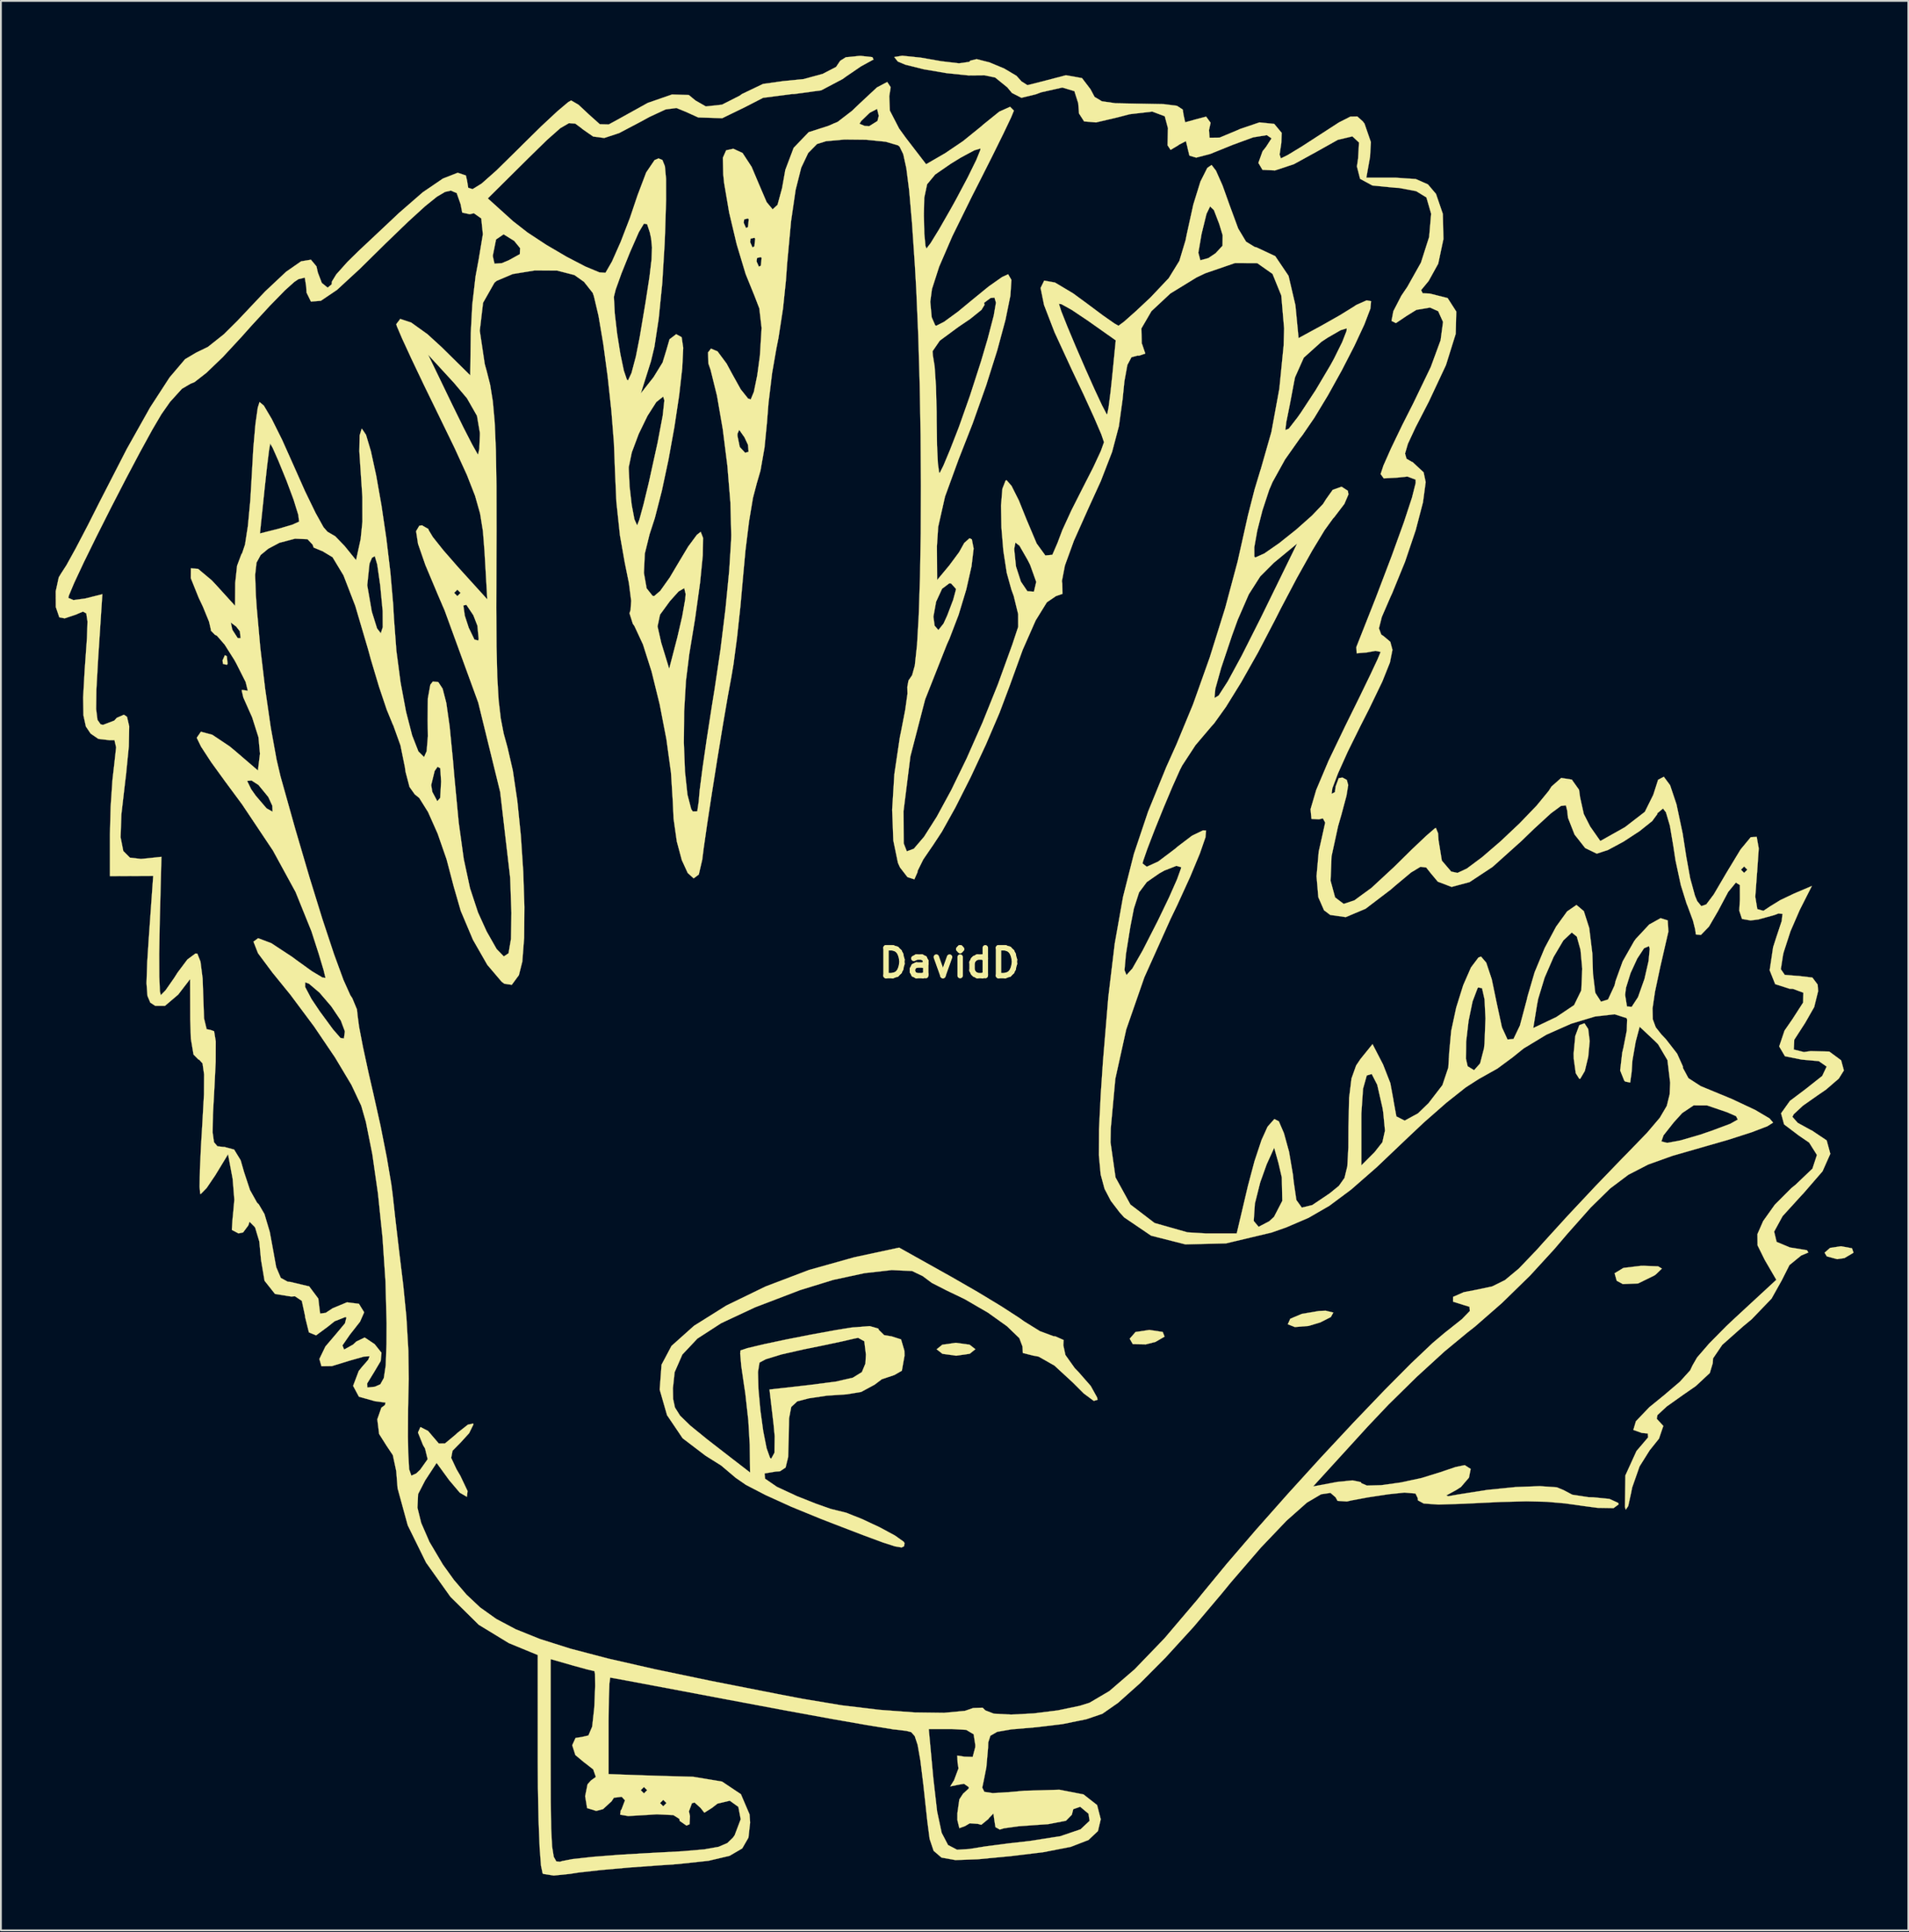
<source format=kicad_pcb>
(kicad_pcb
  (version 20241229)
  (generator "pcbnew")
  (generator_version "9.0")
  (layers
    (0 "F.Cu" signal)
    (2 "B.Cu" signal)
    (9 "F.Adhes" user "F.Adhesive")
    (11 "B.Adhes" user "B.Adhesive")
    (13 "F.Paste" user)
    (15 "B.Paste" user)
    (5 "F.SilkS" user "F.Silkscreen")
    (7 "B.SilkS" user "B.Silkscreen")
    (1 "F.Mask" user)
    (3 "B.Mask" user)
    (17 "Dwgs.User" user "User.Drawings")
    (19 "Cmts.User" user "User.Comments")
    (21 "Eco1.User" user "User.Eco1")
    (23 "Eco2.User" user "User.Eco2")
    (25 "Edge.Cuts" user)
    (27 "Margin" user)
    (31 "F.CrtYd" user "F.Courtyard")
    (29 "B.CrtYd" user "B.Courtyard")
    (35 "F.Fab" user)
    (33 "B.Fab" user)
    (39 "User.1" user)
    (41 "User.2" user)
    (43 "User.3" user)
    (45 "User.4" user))
  (footprint "DavidD"
    (layer "F.Cu")
    (at 49.016 49.728)
    (property "Reference" "DavidD" (at 0 0 0) (layer "F.SilkS") (effects (font (size 1.524 1.524) (thickness 0.3))))
    (attr through_hole)
    (fp_poly (pts (xy -39.629 -16.816) (xy -39.586 -16.397) (xy -39.629 -16.345) (xy -39.838 -16.394) (xy -39.864 -16.581) (xy -39.735 -16.871) (xy -39.629 -16.816)) (stroke (width 0.01) (type solid)) (fill yes) (layer "F.SilkS"))
    (fp_poly (pts (xy 11.688 20.219) (xy 11.789 20.475) (xy 11.287 20.765) (xy 10.765 20.899) (xy 10.047 20.886) (xy 9.878 20.589) (xy 10.196 20.222) (xy 10.957 20.108) (xy 11.688 20.219)) (stroke (width 0.01) (type solid)) (fill yes) (layer "F.SilkS"))
    (fp_poly (pts (xy 49.481 15.634) (xy 49.565 15.875) (xy 49.068 16.171) (xy 48.663 16.228) (xy 48.101 16.076) (xy 47.978 15.875) (xy 48.28 15.612) (xy 48.881 15.522) (xy 49.481 15.634)) (stroke (width 0.01) (type solid)) (fill yes) (layer "F.SilkS"))
    (fp_poly (pts (xy 21.041 19.155) (xy 20.907 19.401) (xy 20.324 19.697) (xy 19.689 19.888) (xy 18.933 19.95) (xy 18.546 19.797) (xy 18.682 19.495) (xy 19.317 19.228) (xy 20.248 19.071) (xy 20.62 19.055) (xy 21.041 19.155)) (stroke (width 0.01) (type solid)) (fill yes) (layer "F.SilkS"))
    (fp_poly (pts (xy 38.033 16.592) (xy 38.851 16.622) (xy 39.058 16.746) (xy 38.748 17.046) (xy 38.65 17.121) (xy 37.753 17.561) (xy 36.919 17.595) (xy 36.581 17.413) (xy 36.465 17.003) (xy 36.949 16.709) (xy 37.929 16.592) (xy 38.033 16.592)) (stroke (width 0.01) (type solid)) (fill yes) (layer "F.SilkS"))
    (fp_poly (pts (xy 1.096 20.916) (xy 1.411 21.162) (xy 1.411 21.167) (xy 1.105 21.414) (xy 0.366 21.519) (xy 0.353 21.519) (xy -0.39 21.417) (xy -0.705 21.171) (xy -0.706 21.167) (xy -0.399 20.919) (xy 0.34 20.814) (xy 0.353 20.814) (xy 1.096 20.916)) (stroke (width 0.01) (type solid)) (fill yes) (layer "F.SilkS"))
    (fp_poly (pts (xy 35.018 3.618) (xy 35.098 4.277) (xy 35.019 5.138) (xy 34.831 5.918) (xy 34.586 6.335) (xy 34.532 6.35) (xy 34.335 6.037) (xy 34.227 5.257) (xy 34.219 4.96) (xy 34.309 3.999) (xy 34.531 3.406) (xy 34.812 3.302) (xy 35.018 3.618)) (stroke (width 0.01) (type solid)) (fill yes) (layer "F.SilkS"))
    (fp_poly (pts (xy 0.116 17.208) (xy 1.537 18.025) (xy 2.849 18.819) (xy 3.839 19.46) (xy 4.09 19.64) (xy 4.961 20.179) (xy 5.703 20.453) (xy 5.804 20.461) (xy 6.252 20.66) (xy 6.238 20.95) (xy 6.352 21.481) (xy 6.868 22.206) (xy 7.082 22.427) (xy 7.74 23.178) (xy 8.094 23.817) (xy 8.114 23.937) (xy 7.907 23.997) (xy 7.36 23.591) (xy 6.757 22.989) (xy 5.749 22.061) (xy 4.881 21.569) (xy 4.603 21.519) (xy 4.019 21.372) (xy 3.999 21.014) (xy 3.826 20.558) (xy 3.149 19.906) (xy 2.104 19.16) (xy 0.826 18.419) (xy -0.176 17.937) (xy -0.977 17.528) (xy -1.45 17.174) (xy -1.457 17.165) (xy -2.054 16.879) (xy -3.169 16.827) (xy -4.658 16.995) (xy -6.38 17.366) (xy -8.192 17.924) (xy -8.197 17.926) (xy -10.67 18.871) (xy -12.522 19.738) (xy -13.826 20.582) (xy -14.653 21.459) (xy -15.075 22.424) (xy -15.169 23.3) (xy -15.157 23.894) (xy -15.058 24.358) (xy -14.776 24.806) (xy -14.215 25.352) (xy -13.282 26.11) (xy -12 27.103) (xy -10.936 27.923) (xy -10.957 26.397) (xy -11.034 25.071) (xy -11.2 23.581) (xy -11.272 23.107) (xy -11.373 22.409) (xy -10.504 22.409) (xy -10.48 23.343) (xy -10.376 24.491) (xy -10.219 25.642) (xy -10.033 26.587) (xy -9.845 27.116) (xy -9.779 27.164) (xy -9.601 26.838) (xy -9.589 25.93) (xy -9.651 25.269) (xy -9.873 23.374) (xy -7.735 23.132) (xy -6.234 22.939) (xy -5.303 22.725) (xy -4.808 22.419) (xy -4.614 21.951) (xy -4.586 21.458) (xy -4.675 20.728) (xy -5.011 20.542) (xy -5.203 20.577) (xy -5.865 20.73) (xy -6.961 20.963) (xy -8.036 21.181) (xy -9.208 21.448) (xy -10.073 21.712) (xy -10.422 21.897) (xy -10.504 22.409) (xy -11.373 22.409) (xy -11.421 22.081) (xy -11.48 21.391) (xy -11.462 21.231) (xy -11.079 21.104) (xy -10.182 20.891) (xy -8.953 20.63) (xy -7.572 20.359) (xy -6.221 20.113) (xy -5.38 19.976) (xy -4.375 19.899) (xy -3.902 20.036) (xy -3.881 20.104) (xy -3.585 20.394) (xy -3.175 20.461) (xy -2.659 20.627) (xy -2.477 21.246) (xy -2.469 21.519) (xy -2.616 22.343) (xy -3.024 22.578) (xy -3.718 22.812) (xy -4.107 23.107) (xy -4.847 23.506) (xy -5.626 23.636) (xy -6.73 23.71) (xy -7.717 23.857) (xy -8.354 24.024) (xy -8.681 24.328) (xy -8.802 24.965) (xy -8.819 25.973) (xy -8.852 27.079) (xy -8.99 27.649) (xy -9.296 27.853) (xy -9.525 27.869) (xy -10.143 27.973) (xy -10.115 28.262) (xy -9.47 28.705) (xy -8.372 29.216) (xy -7.311 29.636) (xy -6.517 29.916) (xy -6.232 29.986) (xy -5.665 30.126) (xy -4.787 30.476) (xy -3.821 30.929) (xy -2.989 31.378) (xy -2.512 31.718) (xy -2.469 31.793) (xy -2.493 31.961) (xy -2.63 32.031) (xy -2.984 31.972) (xy -3.656 31.756) (xy -4.747 31.352) (xy -6.359 30.733) (xy -7.041 30.469) (xy -8.668 29.803) (xy -10.095 29.155) (xy -11.167 28.599) (xy -11.726 28.213) (xy -12.522 27.54) (xy -13.385 26.998) (xy -14.637 26.044) (xy -15.491 24.78) (xy -15.894 23.378) (xy -15.792 22.012) (xy -15.246 20.983) (xy -14.013 19.881) (xy -12.239 18.77) (xy -10.083 17.724) (xy -7.703 16.82) (xy -5.259 16.135) (xy -4.999 16.077) (xy -2.766 15.597) (xy 0.116 17.208)) (stroke (width 0.01) (type solid)) (fill yes) (layer "F.SilkS"))
    (fp_poly (pts (xy -1.571 -49.618) (xy -0.454 -49.423) (xy 0.518 -49.308) (xy 1.079 -49.388) (xy 1.139 -49.455) (xy 1.483 -49.538) (xy 2.185 -49.36) (xy 2.996 -49.022) (xy 3.668 -48.624) (xy 3.944 -48.317) (xy 4.271 -48.11) (xy 5.057 -48.309) (xy 6.383 -48.655) (xy 7.262 -48.497) (xy 7.726 -47.89) (xy 7.952 -47.467) (xy 8.349 -47.228) (xy 9.093 -47.121) (xy 10.358 -47.096) (xy 10.449 -47.096) (xy 11.742 -47.072) (xy 12.473 -46.977) (xy 12.786 -46.773) (xy 12.829 -46.488) (xy 12.918 -46.076) (xy 13.388 -46.204) (xy 13.4 -46.211) (xy 14.068 -46.386) (xy 14.313 -46.049) (xy 14.225 -45.65) (xy 14.255 -45.229) (xy 14.808 -45.236) (xy 15.848 -45.671) (xy 15.91 -45.703) (xy 16.992 -46.07) (xy 17.802 -45.987) (xy 18.211 -45.496) (xy 18.191 -44.946) (xy 18.096 -44.308) (xy 18.167 -44.097) (xy 18.535 -44.278) (xy 19.315 -44.751) (xy 20.299 -45.388) (xy 21.346 -46.066) (xy 21.976 -46.387) (xy 22.357 -46.395) (xy 22.654 -46.13) (xy 22.751 -46.005) (xy 23.101 -44.991) (xy 23.056 -44.185) (xy 22.852 -43.039) (xy 24.471 -43.039) (xy 25.564 -42.966) (xy 26.229 -42.673) (xy 26.672 -42.15) (xy 27.047 -41.055) (xy 27.079 -39.676) (xy 26.794 -38.328) (xy 26.269 -37.38) (xy 25.854 -36.877) (xy 25.942 -36.706) (xy 26.333 -36.689) (xy 27.31 -36.442) (xy 27.783 -35.705) (xy 27.753 -34.481) (xy 27.219 -32.772) (xy 26.275 -30.76) (xy 25.552 -29.359) (xy 25.13 -28.454) (xy 24.975 -27.922) (xy 25.055 -27.636) (xy 25.336 -27.472) (xy 25.393 -27.45) (xy 25.993 -26.891) (xy 26.106 -26.357) (xy 25.958 -25.252) (xy 25.56 -23.727) (xy 24.976 -21.996) (xy 24.271 -20.269) (xy 24.167 -20.043) (xy 23.701 -18.966) (xy 23.544 -18.342) (xy 23.668 -18.005) (xy 23.824 -17.894) (xy 24.167 -17.603) (xy 24.284 -17.164) (xy 24.147 -16.473) (xy 23.728 -15.425) (xy 23 -13.917) (xy 22.536 -13.005) (xy 21.833 -11.583) (xy 21.299 -10.396) (xy 20.989 -9.579) (xy 20.949 -9.273) (xy 21.129 -9.365) (xy 21.167 -9.672) (xy 21.338 -10.131) (xy 21.546 -10.163) (xy 21.781 -10.034) (xy 21.858 -9.753) (xy 21.763 -9.166) (xy 21.483 -8.122) (xy 21.304 -7.504) (xy 20.944 -5.848) (xy 20.892 -4.507) (xy 21.139 -3.597) (xy 21.61 -3.24) (xy 22.196 -3.434) (xy 23.135 -4.12) (xy 24.343 -5.237) (xy 24.372 -5.265) (xy 25.355 -6.233) (xy 26.138 -6.973) (xy 26.598 -7.371) (xy 26.663 -7.408) (xy 26.785 -7.113) (xy 26.811 -6.732) (xy 26.993 -5.611) (xy 27.505 -5.013) (xy 27.851 -4.939) (xy 28.362 -5.177) (xy 29.2 -5.801) (xy 30.216 -6.675) (xy 31.263 -7.663) (xy 32.191 -8.628) (xy 32.853 -9.435) (xy 33.007 -9.676) (xy 33.538 -10.143) (xy 34.119 -10.052) (xy 34.516 -9.493) (xy 34.572 -9.085) (xy 34.775 -8.168) (xy 35.127 -7.479) (xy 35.682 -6.687) (xy 37.032 -7.445) (xy 38.123 -8.286) (xy 38.585 -9.217) (xy 38.851 -10.044) (xy 39.165 -10.207) (xy 39.508 -9.745) (xy 39.859 -8.696) (xy 40.197 -7.099) (xy 40.396 -5.821) (xy 40.608 -4.65) (xy 40.871 -3.69) (xy 40.994 -3.394) (xy 41.219 -3.119) (xy 41.492 -3.213) (xy 41.903 -3.761) (xy 42.543 -4.851) (xy 42.567 -4.893) (xy 42.701 -5.115) (xy 43.392 -5.115) (xy 43.568 -4.939) (xy 43.744 -5.115) (xy 43.568 -5.292) (xy 43.392 -5.115) (xy 42.701 -5.115) (xy 43.372 -6.222) (xy 43.93 -6.896) (xy 44.257 -6.915) (xy 44.369 -6.281) (xy 44.28 -4.993) (xy 44.274 -4.939) (xy 44.179 -3.631) (xy 44.29 -2.955) (xy 44.626 -2.861) (xy 44.997 -3.108) (xy 45.549 -3.447) (xy 46.306 -3.808) (xy 47.281 -4.222) (xy 46.614 -2.905) (xy 46.109 -1.741) (xy 45.736 -0.594) (xy 45.7 -0.441) (xy 45.58 0.338) (xy 45.794 0.649) (xy 46.499 0.706) (xy 46.539 0.706) (xy 47.311 0.798) (xy 47.598 1.181) (xy 47.625 1.54) (xy 47.409 2.413) (xy 46.919 3.271) (xy 46.315 4.207) (xy 46.291 4.742) (xy 46.846 4.879) (xy 47.221 4.826) (xy 48.238 4.853) (xy 48.887 5.332) (xy 49.036 5.887) (xy 48.76 6.33) (xy 48.061 6.934) (xy 47.625 7.232) (xy 46.793 7.816) (xy 46.286 8.286) (xy 46.214 8.428) (xy 46.505 8.759) (xy 47.212 9.147) (xy 47.272 9.172) (xy 48.093 9.72) (xy 48.293 10.455) (xy 47.867 11.413) (xy 46.809 12.634) (xy 46.743 12.7) (xy 45.676 13.872) (xy 45.213 14.721) (xy 45.348 15.282) (xy 46.077 15.588) (xy 46.302 15.623) (xy 47.015 15.74) (xy 47.087 15.866) (xy 46.697 16.028) (xy 46.053 16.553) (xy 45.629 17.392) (xy 45.07 18.391) (xy 43.98 19.523) (xy 43.501 19.92) (xy 42.365 20.929) (xy 41.862 21.669) (xy 41.848 21.927) (xy 41.685 22.47) (xy 40.915 23.186) (xy 40.2 23.681) (xy 39.321 24.305) (xy 38.813 24.777) (xy 38.776 24.979) (xy 39.136 25.369) (xy 38.899 26.066) (xy 38.388 26.704) (xy 37.833 27.588) (xy 37.428 28.745) (xy 37.374 29.02) (xy 37.212 29.76) (xy 37.077 29.958) (xy 37.031 29.81) (xy 37.056 28.082) (xy 37.667 26.74) (xy 37.834 26.547) (xy 38.302 25.997) (xy 38.286 25.784) (xy 37.956 25.753) (xy 37.492 25.588) (xy 37.634 25.111) (xy 38.369 24.343) (xy 39.181 23.682) (xy 40.042 22.949) (xy 40.609 22.323) (xy 40.741 22.044) (xy 40.988 21.617) (xy 41.644 20.859) (xy 42.587 19.904) (xy 43.039 19.478) (xy 45.332 17.36) (xy 44.7 16.274) (xy 44.304 15.473) (xy 44.296 14.859) (xy 44.612 14.139) (xy 45.253 13.241) (xy 46.161 12.332) (xy 46.39 12.147) (xy 47.313 11.268) (xy 47.559 10.518) (xy 47.132 9.841) (xy 46.564 9.453) (xy 45.758 8.843) (xy 45.593 8.236) (xy 46.079 7.555) (xy 46.932 6.913) (xy 47.848 6.189) (xy 48.092 5.676) (xy 47.664 5.377) (xy 46.722 5.292) (xy 45.805 5.108) (xy 45.49 4.571) (xy 45.783 3.702) (xy 46.214 3.079) (xy 46.802 2.167) (xy 46.815 1.627) (xy 46.248 1.417) (xy 46.061 1.411) (xy 45.27 1.157) (xy 44.968 0.397) (xy 45.157 -0.869) (xy 45.324 -1.389) (xy 45.627 -2.299) (xy 45.671 -2.693) (xy 45.447 -2.715) (xy 45.241 -2.635) (xy 44.345 -2.387) (xy 43.921 -2.334) (xy 43.45 -2.416) (xy 43.301 -2.868) (xy 43.335 -3.479) (xy 43.333 -4.273) (xy 43.114 -4.409) (xy 42.693 -3.896) (xy 42.135 -2.847) (xy 41.639 -1.996) (xy 41.198 -1.541) (xy 40.922 -1.566) (xy 40.88 -1.854) (xy 40.764 -2.32) (xy 40.464 -3.131) (xy 40.412 -3.257) (xy 40.095 -4.275) (xy 39.806 -5.62) (xy 39.681 -6.438) (xy 39.497 -7.526) (xy 39.279 -8.263) (xy 39.118 -8.467) (xy 38.809 -8.208) (xy 38.806 -8.161) (xy 38.526 -7.78) (xy 37.835 -7.229) (xy 36.953 -6.653) (xy 36.101 -6.195) (xy 35.5 -5.998) (xy 35.482 -5.997) (xy 34.852 -6.301) (xy 34.269 -7.042) (xy 33.909 -7.962) (xy 33.867 -8.352) (xy 33.794 -8.641) (xy 33.522 -8.609) (xy 32.971 -8.202) (xy 32.059 -7.366) (xy 31.355 -6.686) (xy 29.774 -5.268) (xy 28.513 -4.435) (xy 27.528 -4.171) (xy 26.771 -4.459) (xy 26.395 -4.909) (xy 26.135 -5.235) (xy 25.821 -5.274) (xy 25.309 -4.966) (xy 24.454 -4.253) (xy 24.194 -4.027) (xy 22.81 -2.974) (xy 21.721 -2.516) (xy 20.871 -2.636) (xy 20.532 -2.893) (xy 20.22 -3.606) (xy 20.122 -4.756) (xy 20.241 -6.105) (xy 20.43 -6.947) (xy 20.596 -7.695) (xy 20.472 -7.926) (xy 20.253 -7.877) (xy 19.845 -7.898) (xy 19.793 -8.427) (xy 20.104 -9.485) (xy 20.785 -11.095) (xy 21.696 -12.99) (xy 22.438 -14.493) (xy 23.05 -15.754) (xy 23.469 -16.647) (xy 23.635 -17.046) (xy 23.636 -17.051) (xy 23.349 -17.108) (xy 22.871 -17.02) (xy 22.322 -16.975) (xy 22.304 -17.314) (xy 22.305 -17.318) (xy 23.367 -20.007) (xy 24.243 -22.308) (xy 24.914 -24.164) (xy 25.359 -25.518) (xy 25.559 -26.313) (xy 25.554 -26.494) (xy 25.104 -26.661) (xy 24.496 -26.598) (xy 23.806 -26.563) (xy 23.636 -26.798) (xy 23.79 -27.265) (xy 24.209 -28.21) (xy 24.823 -29.485) (xy 25.429 -30.681) (xy 26.385 -32.663) (xy 26.925 -34.131) (xy 27.058 -35.134) (xy 26.792 -35.724) (xy 26.344 -35.922) (xy 25.595 -35.797) (xy 25.056 -35.462) (xy 24.474 -35.07) (xy 24.234 -35.192) (xy 24.334 -35.726) (xy 24.771 -36.571) (xy 25.105 -37.065) (xy 25.847 -38.386) (xy 26.296 -39.791) (xy 26.406 -41.063) (xy 26.147 -41.958) (xy 25.583 -42.302) (xy 24.631 -42.481) (xy 24.456 -42.488) (xy 23.186 -42.611) (xy 22.51 -42.977) (xy 22.336 -43.655) (xy 22.401 -44.097) (xy 22.451 -44.966) (xy 22.088 -45.304) (xy 21.289 -45.115) (xy 20.153 -44.479) (xy 18.882 -43.781) (xy 17.846 -43.438) (xy 17.159 -43.47) (xy 16.933 -43.85) (xy 17.163 -44.49) (xy 17.351 -44.726) (xy 17.655 -45.195) (xy 17.395 -45.372) (xy 16.649 -45.251) (xy 15.556 -44.851) (xy 14.286 -44.338) (xy 13.525 -44.14) (xy 13.153 -44.247) (xy 13.053 -44.652) (xy 13.053 -44.67) (xy 12.96 -45.044) (xy 12.575 -44.845) (xy 12.524 -44.803) (xy 12.119 -44.564) (xy 11.954 -44.815) (xy 11.97 -45.654) (xy 11.977 -45.743) (xy 11.8 -46.407) (xy 11.112 -46.663) (xy 9.88 -46.519) (xy 9.2 -46.343) (xy 8.033 -46.069) (xy 7.378 -46.124) (xy 7.099 -46.557) (xy 7.056 -47.117) (xy 6.845 -47.782) (xy 6.184 -47.981) (xy 5.029 -47.721) (xy 4.713 -47.606) (xy 3.94 -47.418) (xy 3.421 -47.684) (xy 3.165 -47.992) (xy 2.502 -48.528) (xy 1.914 -48.652) (xy 1.04 -48.645) (xy -0.163 -48.769) (xy -1.412 -48.981) (xy -2.427 -49.234) (xy -2.839 -49.407) (xy -3.034 -49.653) (xy -2.595 -49.724) (xy -1.571 -49.618)) (stroke (width 0.01) (type solid)) (fill yes) (layer "F.SilkS"))
    (fp_poly (pts (xy -4.851 -49.714) (xy -4.23 -49.645) (xy -4.168 -49.513) (xy -4.233 -49.483) (xy -4.854 -49.143) (xy -5.698 -48.568) (xy -5.854 -48.452) (xy -7.038 -47.827) (xy -8.509 -47.626) (xy -8.621 -47.625) (xy -10.226 -47.417) (xy -11.193 -46.919) (xy -12.465 -46.3) (xy -13.78 -46.341) (xy -14.472 -46.654) (xy -14.979 -46.86) (xy -15.571 -46.78) (xy -16.46 -46.367) (xy -16.901 -46.125) (xy -18.118 -45.485) (xy -18.936 -45.216) (xy -19.543 -45.296) (xy -20.128 -45.703) (xy -20.181 -45.751) (xy -20.523 -46.004) (xy -20.869 -46.029) (xy -21.343 -45.754) (xy -22.071 -45.11) (xy -23.079 -44.125) (xy -25.319 -41.905) (xy -23.931 -40.652) (xy -23.144 -40.039) (xy -22.107 -39.357) (xy -20.991 -38.703) (xy -19.964 -38.169) (xy -19.197 -37.85) (xy -18.867 -37.828) (xy -18.511 -38.445) (xy -18.035 -39.518) (xy -17.529 -40.828) (xy -17.111 -42.069) (xy -16.634 -43.328) (xy -16.176 -44.003) (xy -15.957 -44.097) (xy -15.744 -44.008) (xy -15.609 -43.669) (xy -15.545 -42.976) (xy -15.543 -41.824) (xy -15.596 -40.106) (xy -15.623 -39.423) (xy -15.753 -37.269) (xy -15.947 -35.325) (xy -16.183 -33.771) (xy -16.372 -32.985) (xy -16.928 -31.221) (xy -16.233 -32.103) (xy -15.735 -32.91) (xy -15.53 -33.581) (xy -15.354 -34.185) (xy -14.989 -34.463) (xy -14.69 -34.299) (xy -14.604 -33.716) (xy -14.658 -32.6) (xy -14.828 -31.104) (xy -15.087 -29.382) (xy -15.412 -27.587) (xy -15.778 -25.872) (xy -16.159 -24.39) (xy -16.449 -23.498) (xy -16.71 -22.439) (xy -16.759 -21.38) (xy -16.611 -20.535) (xy -16.282 -20.121) (xy -16.2 -20.108) (xy -15.866 -20.393) (xy -15.343 -21.128) (xy -14.905 -21.867) (xy -14.331 -22.824) (xy -13.857 -23.465) (xy -13.645 -23.631) (xy -13.517 -23.301) (xy -13.531 -22.351) (xy -13.679 -20.851) (xy -13.954 -18.87) (xy -14.272 -16.933) (xy -14.455 -15.461) (xy -14.553 -13.786) (xy -14.57 -12.076) (xy -14.508 -10.501) (xy -14.373 -9.232) (xy -14.167 -8.439) (xy -14.082 -8.308) (xy -13.834 -8.314) (xy -13.756 -8.837) (xy -13.7 -9.481) (xy -13.546 -10.674) (xy -13.315 -12.268) (xy -13.028 -14.118) (xy -12.886 -14.993) (xy -12.562 -17.171) (xy -12.286 -19.416) (xy -12.083 -21.492) (xy -11.978 -23.163) (xy -11.97 -23.46) (xy -12.016 -25.231) (xy -12.181 -27.239) (xy -12.39 -28.898) (xy -11.631 -28.898) (xy -11.503 -28.28) (xy -11.207 -27.963) (xy -11.021 -28.019) (xy -11.053 -28.401) (xy -11.246 -28.813) (xy -11.534 -29.22) (xy -11.627 -29.009) (xy -11.631 -28.898) (xy -12.39 -28.898) (xy -12.437 -29.267) (xy -12.754 -31.097) (xy -13.104 -32.512) (xy -13.226 -32.861) (xy -13.242 -33.466) (xy -13.081 -33.673) (xy -12.724 -33.522) (xy -12.229 -32.857) (xy -11.937 -32.315) (xy -11.45 -31.44) (xy -11.05 -30.939) (xy -10.902 -30.889) (xy -10.731 -31.299) (xy -10.545 -32.207) (xy -10.399 -33.29) (xy -10.306 -34.804) (xy -10.43 -35.876) (xy -10.696 -36.565) (xy -11.181 -37.759) (xy -11.39 -38.453) (xy -10.583 -38.453) (xy -10.454 -38.162) (xy -10.348 -38.218) (xy -10.306 -38.636) (xy -10.348 -38.688) (xy -10.558 -38.64) (xy -10.583 -38.453) (xy -11.39 -38.453) (xy -11.668 -39.375) (xy -11.701 -39.511) (xy -10.936 -39.511) (xy -10.807 -39.221) (xy -10.701 -39.276) (xy -10.659 -39.695) (xy -10.701 -39.746) (xy -10.911 -39.698) (xy -10.936 -39.511) (xy -11.701 -39.511) (xy -11.952 -40.569) (xy -11.289 -40.569) (xy -11.16 -40.279) (xy -11.054 -40.334) (xy -11.011 -40.753) (xy -11.054 -40.805) (xy -11.263 -40.756) (xy -11.289 -40.569) (xy -11.952 -40.569) (xy -12.086 -41.133) (xy -12.362 -42.753) (xy -12.41 -43.215) (xy -12.431 -44.133) (xy -12.25 -44.541) (xy -11.857 -44.626) (xy -11.351 -44.394) (xy -10.852 -43.631) (xy -10.467 -42.72) (xy -10.031 -41.702) (xy -9.701 -41.305) (xy -9.433 -41.552) (xy -9.184 -42.466) (xy -9.005 -43.47) (xy -8.548 -44.678) (xy -7.724 -45.534) (xy -6.701 -45.861) (xy -6.693 -45.861) (xy -6.381 -45.994) (xy -4.939 -45.994) (xy -4.651 -45.876) (xy -4.41 -45.861) (xy -3.952 -46.147) (xy -3.881 -46.433) (xy -3.973 -46.808) (xy -4.358 -46.609) (xy -4.41 -46.567) (xy -4.848 -46.144) (xy -4.939 -45.994) (xy -6.381 -45.994) (xy -6.133 -46.1) (xy -5.346 -46.706) (xy -4.939 -47.096) (xy -3.986 -47.984) (xy -3.418 -48.285) (xy -3.229 -47.999) (xy -3.306 -47.504) (xy -3.274 -46.716) (xy -2.765 -45.731) (xy -2.4 -45.227) (xy -1.286 -43.778) (xy -0.246 -44.379) (xy 0.734 -45.041) (xy 1.746 -45.859) (xy 1.845 -45.949) (xy 2.727 -46.66) (xy 3.318 -46.925) (xy 3.528 -46.715) (xy 3.375 -46.344) (xy 2.956 -45.464) (xy 2.329 -44.194) (xy 1.55 -42.65) (xy 1.235 -42.033) (xy 0.152 -39.834) (xy -0.572 -38.159) (xy -0.965 -36.937) (xy -1.058 -36.24) (xy -0.98 -35.392) (xy -0.785 -34.946) (xy -0.727 -34.925) (xy -0.303 -35.14) (xy 0.463 -35.699) (xy 1.235 -36.336) (xy 2.151 -37.083) (xy 2.88 -37.595) (xy 3.212 -37.747) (xy 3.392 -37.437) (xy 3.334 -36.572) (xy 3.066 -35.252) (xy 2.614 -33.578) (xy 2.004 -31.648) (xy 1.264 -29.563) (xy 0.494 -27.601) (xy -0.249 -25.563) (xy -0.624 -23.903) (xy -0.694 -22.838) (xy -0.682 -20.99) (xy -0.016 -21.789) (xy 0.523 -22.516) (xy 0.806 -23.023) (xy 1.096 -23.28) (xy 1.221 -23.219) (xy 1.32 -22.717) (xy 1.203 -21.739) (xy 0.915 -20.468) (xy 0.497 -19.086) (xy -0.006 -17.774) (xy -0.147 -17.462) (xy -1.34 -14.445) (xy -2.148 -11.326) (xy -2.524 -8.326) (xy -2.515 -6.56) (xy -2.344 -6.12) (xy -1.959 -6.264) (xy -1.399 -6.92) (xy -0.704 -8.014) (xy 0.088 -9.47) (xy 0.938 -11.217) (xy 1.806 -13.179) (xy 2.654 -15.284) (xy 3.442 -17.457) (xy 3.764 -18.428) (xy 3.761 -19.124) (xy 3.517 -20.121) (xy 3.391 -20.464) (xy 3.136 -21.384) (xy 2.951 -22.584) (xy 2.942 -22.689) (xy 3.543 -22.689) (xy 3.641 -21.737) (xy 3.912 -20.902) (xy 4.267 -20.377) (xy 4.617 -20.352) (xy 4.629 -20.363) (xy 4.752 -20.889) (xy 4.415 -21.828) (xy 4.278 -22.096) (xy 3.835 -22.868) (xy 3.611 -23.044) (xy 3.543 -22.689) (xy 2.942 -22.689) (xy 2.843 -23.876) (xy 2.822 -25.074) (xy 2.896 -25.991) (xy 3.072 -26.441) (xy 3.128 -26.458) (xy 3.396 -26.153) (xy 3.797 -25.357) (xy 4.205 -24.342) (xy 4.776 -22.991) (xy 5.252 -22.336) (xy 5.637 -22.373) (xy 5.917 -23.019) (xy 6.184 -23.727) (xy 6.684 -24.815) (xy 7.295 -26.022) (xy 7.876 -27.16) (xy 8.295 -28.06) (xy 8.466 -28.538) (xy 8.467 -28.548) (xy 8.321 -28.975) (xy 7.926 -29.895) (xy 7.344 -31.169) (xy 6.706 -32.512) (xy 5.754 -34.575) (xy 5.181 -36.062) (xy 5.168 -36.125) (xy 5.997 -36.125) (xy 6.124 -35.724) (xy 6.457 -34.886) (xy 6.92 -33.782) (xy 7.441 -32.581) (xy 7.944 -31.454) (xy 8.357 -30.569) (xy 8.605 -30.097) (xy 8.641 -30.062) (xy 8.717 -30.439) (xy 8.828 -31.306) (xy 8.917 -32.144) (xy 9.112 -34.126) (xy 7.554 -35.224) (xy 6.7 -35.794) (xy 6.134 -36.109) (xy 5.997 -36.125) (xy 5.168 -36.125) (xy 4.991 -36.996) (xy 5.189 -37.399) (xy 5.78 -37.294) (xy 6.77 -36.704) (xy 7.513 -36.16) (xy 8.406 -35.494) (xy 9.049 -35.045) (xy 9.264 -34.925) (xy 9.568 -35.15) (xy 10.228 -35.736) (xy 11.026 -36.484) (xy 12.018 -37.534) (xy 12.6 -38.479) (xy 12.735 -38.928) (xy 13.641 -38.928) (xy 13.751 -38.513) (xy 14.193 -38.634) (xy 14.584 -38.897) (xy 14.966 -39.309) (xy 14.975 -39.882) (xy 14.787 -40.503) (xy 14.494 -41.266) (xy 14.285 -41.464) (xy 14.087 -41.056) (xy 13.828 -40) (xy 13.815 -39.942) (xy 13.641 -38.928) (xy 12.735 -38.928) (xy 12.942 -39.616) (xy 13.003 -39.924) (xy 13.366 -41.571) (xy 13.755 -42.826) (xy 14.132 -43.575) (xy 14.367 -43.737) (xy 14.607 -43.425) (xy 14.967 -42.615) (xy 15.354 -41.533) (xy 15.826 -40.253) (xy 16.257 -39.535) (xy 16.732 -39.243) (xy 16.817 -39.227) (xy 17.857 -38.741) (xy 18.586 -37.662) (xy 18.964 -36.048) (xy 18.968 -36.002) (xy 19.137 -34.249) (xy 20.416 -34.944) (xy 21.392 -35.497) (xy 22.181 -35.984) (xy 22.296 -36.063) (xy 22.869 -36.317) (xy 23.112 -36.272) (xy 23.074 -35.862) (xy 22.743 -34.996) (xy 22.195 -33.82) (xy 21.505 -32.479) (xy 20.75 -31.119) (xy 20.004 -29.885) (xy 19.344 -28.923) (xy 19.21 -28.753) (xy 18.396 -27.599) (xy 17.709 -26.359) (xy 17.525 -25.929) (xy 17.156 -24.809) (xy 16.871 -23.697) (xy 16.709 -22.786) (xy 16.711 -22.274) (xy 16.765 -22.225) (xy 17.26 -22.446) (xy 18.068 -23.006) (xy 19 -23.748) (xy 19.866 -24.516) (xy 20.476 -25.154) (xy 20.644 -25.421) (xy 21.007 -25.93) (xy 21.495 -26.104) (xy 21.837 -25.883) (xy 21.872 -25.684) (xy 21.648 -25.161) (xy 21.101 -24.444) (xy 21.025 -24.361) (xy 20.565 -23.726) (xy 19.88 -22.596) (xy 19.05 -21.113) (xy 18.156 -19.418) (xy 17.833 -18.78) (xy 16.91 -17.014) (xy 15.988 -15.384) (xy 15.157 -14.041) (xy 14.509 -13.136) (xy 14.35 -12.959) (xy 13.483 -11.937) (xy 12.757 -10.828) (xy 12.631 -10.583) (xy 12.211 -9.644) (xy 11.722 -8.48) (xy 11.24 -7.286) (xy 10.845 -6.258) (xy 10.613 -5.59) (xy 10.583 -5.455) (xy 10.813 -5.277) (xy 11.437 -5.56) (xy 12.36 -6.255) (xy 12.501 -6.377) (xy 13.295 -6.98) (xy 13.9 -7.27) (xy 14.064 -7.261) (xy 14.032 -6.891) (xy 13.727 -6.009) (xy 13.194 -4.729) (xy 12.481 -3.168) (xy 12.115 -2.41) (xy 10.68 0.784) (xy 9.686 3.643) (xy 9.089 6.343) (xy 8.84 9.057) (xy 8.826 9.823) (xy 9.1 11.75) (xy 9.916 13.235) (xy 11.242 14.248) (xy 13.046 14.759) (xy 14.029 14.817) (xy 15.746 14.817) (xy 15.907 14.135) (xy 16.677 14.135) (xy 16.946 14.457) (xy 17.53 14.151) (xy 17.79 13.91) (xy 18.245 13.033) (xy 18.217 11.748) (xy 18.037 10.972) (xy 17.8 10.125) (xy 17.389 11.028) (xy 17.033 12.022) (xy 16.745 13.168) (xy 16.74 13.198) (xy 16.677 14.135) (xy 15.907 14.135) (xy 16.361 12.21) (xy 16.723 10.85) (xy 17.106 9.699) (xy 17.43 8.985) (xy 17.457 8.946) (xy 17.81 8.549) (xy 18.054 8.674) (xy 18.334 9.325) (xy 18.615 10.345) (xy 18.83 11.612) (xy 18.867 11.971) (xy 19.015 12.987) (xy 19.314 13.404) (xy 19.888 13.265) (xy 20.84 12.625) (xy 21.349 12.211) (xy 21.656 11.775) (xy 21.811 11.135) (xy 21.866 10.109) (xy 21.872 8.969) (xy 21.883 8.516) (xy 22.578 8.516) (xy 22.578 11.093) (xy 23.302 10.369) (xy 23.732 9.823) (xy 23.875 9.184) (xy 23.779 8.183) (xy 23.739 7.938) (xy 23.449 6.669) (xy 23.148 6.083) (xy 22.876 6.162) (xy 22.673 6.884) (xy 22.58 8.23) (xy 22.578 8.516) (xy 21.883 8.516) (xy 21.908 7.387) (xy 22.038 6.329) (xy 22.293 5.614) (xy 22.532 5.26) (xy 23.192 4.445) (xy 23.767 5.556) (xy 24.168 6.581) (xy 24.341 7.522) (xy 24.342 7.546) (xy 24.499 8.406) (xy 24.956 8.637) (xy 25.688 8.237) (xy 26.266 7.676) (xy 27.024 6.692) (xy 27.348 5.727) (xy 27.377 5.245) (xy 28.314 5.245) (xy 28.408 5.659) (xy 28.761 5.873) (xy 29.09 5.502) (xy 29.307 4.663) (xy 29.332 4.405) (xy 29.385 3.038) (xy 29.334 1.99) (xy 29.197 1.383) (xy 28.987 1.337) (xy 28.946 1.394) (xy 28.676 2.108) (xy 28.458 3.17) (xy 28.325 4.307) (xy 28.314 5.245) (xy 27.377 5.245) (xy 27.399 4.872) (xy 27.505 3.72) (xy 27.781 2.438) (xy 28.164 1.215) (xy 28.591 0.24) (xy 29 -0.301) (xy 29.142 -0.353) (xy 29.426 -0.022) (xy 29.729 0.887) (xy 29.992 2.154) (xy 30.287 3.523) (xy 30.594 4.192) (xy 30.921 4.161) (xy 31.208 3.563) (xy 32.005 3.563) (xy 33.271 2.96) (xy 34.243 2.308) (xy 34.634 1.508) (xy 34.642 1.443) (xy 34.69 0.309) (xy 34.596 -0.721) (xy 34.394 -1.447) (xy 34.117 -1.671) (xy 34.114 -1.67) (xy 33.653 -1.235) (xy 33.122 -0.337) (xy 32.627 0.802) (xy 32.275 1.961) (xy 32.214 2.276) (xy 32.005 3.563) (xy 31.208 3.563) (xy 31.273 3.427) (xy 31.656 1.99) (xy 31.692 1.828) (xy 32.079 0.507) (xy 32.631 -0.821) (xy 33.255 -1.99) (xy 33.863 -2.831) (xy 34.362 -3.174) (xy 34.385 -3.175) (xy 34.778 -2.843) (xy 35.074 -1.919) (xy 35.245 -0.516) (xy 35.278 0.573) (xy 35.406 1.633) (xy 35.719 2.119) (xy 36.106 1.998) (xy 36.222 1.746) (xy 37.042 1.746) (xy 37.143 2.379) (xy 37.402 2.402) (xy 37.748 1.872) (xy 38.103 0.872) (xy 38.328 -0.11) (xy 38.391 -0.781) (xy 38.351 -0.925) (xy 38.079 -0.81) (xy 37.706 -0.244) (xy 37.34 0.551) (xy 37.09 1.353) (xy 37.042 1.746) (xy 36.222 1.746) (xy 36.46 1.233) (xy 36.523 0.97) (xy 36.908 -0.092) (xy 37.531 -1.189) (xy 37.627 -1.323) (xy 38.364 -2.112) (xy 38.988 -2.458) (xy 39.378 -2.337) (xy 39.414 -1.725) (xy 39.403 -1.676) (xy 38.965 0.227) (xy 38.68 1.569) (xy 38.546 2.48) (xy 38.56 3.088) (xy 38.721 3.521) (xy 39.024 3.907) (xy 39.277 4.173) (xy 39.892 4.965) (xy 40.206 5.66) (xy 40.217 5.76) (xy 40.513 6.311) (xy 41.187 6.746) (xy 42.894 7.451) (xy 44.182 8.056) (xy 44.96 8.516) (xy 45.156 8.745) (xy 44.837 8.947) (xy 43.972 9.277) (xy 42.699 9.686) (xy 41.367 10.069) (xy 39.642 10.565) (xy 38.312 11.041) (xy 37.222 11.603) (xy 36.221 12.355) (xy 35.155 13.4) (xy 33.872 14.844) (xy 33.161 15.677) (xy 31.826 17.133) (xy 30.285 18.636) (xy 28.81 19.924) (xy 28.399 20.246) (xy 27.133 21.292) (xy 25.618 22.677) (xy 24.063 24.205) (xy 22.931 25.399) (xy 19.932 28.686) (xy 21.255 28.438) (xy 22.097 28.353) (xy 22.552 28.449) (xy 22.578 28.506) (xy 22.885 28.638) (xy 23.673 28.616) (xy 24.74 28.468) (xy 25.884 28.222) (xy 26.906 27.906) (xy 26.922 27.9) (xy 27.738 27.624) (xy 28.245 27.517) (xy 28.574 27.726) (xy 28.479 28.203) (xy 28.039 28.716) (xy 27.781 28.881) (xy 27.238 29.179) (xy 27.344 29.222) (xy 27.869 29.129) (xy 29.488 28.874) (xy 31.04 28.719) (xy 32.363 28.669) (xy 33.296 28.732) (xy 33.663 28.884) (xy 34.145 29.138) (xy 35.034 29.274) (xy 35.299 29.281) (xy 36.181 29.368) (xy 36.659 29.586) (xy 36.689 29.666) (xy 36.408 29.873) (xy 35.533 29.859) (xy 34.837 29.767) (xy 33.727 29.612) (xy 32.725 29.525) (xy 31.632 29.501) (xy 30.247 29.535) (xy 28.372 29.625) (xy 28.222 29.633) (xy 26.811 29.679) (xy 25.998 29.621) (xy 25.681 29.447) (xy 25.672 29.328) (xy 25.548 29.072) (xy 24.942 29.022) (xy 24.085 29.111) (xy 22.947 29.283) (xy 22.032 29.452) (xy 21.784 29.51) (xy 21.273 29.475) (xy 21.167 29.281) (xy 20.887 29.039) (xy 20.373 29.114) (xy 19.594 29.572) (xy 18.474 30.565) (xy 17.067 32.04) (xy 15.424 33.945) (xy 14.91 34.572) (xy 13.376 36.386) (xy 11.85 38.056) (xy 10.434 39.479) (xy 9.236 40.547) (xy 8.379 41.144) (xy 7.497 41.444) (xy 6.19 41.71) (xy 4.74 41.884) (xy 4.721 41.885) (xy 3.389 41.999) (xy 2.611 42.133) (xy 2.238 42.349) (xy 2.121 42.713) (xy 2.112 43.002) (xy 2.017 44.078) (xy 1.884 44.756) (xy 1.793 45.191) (xy 1.907 45.423) (xy 2.366 45.492) (xy 3.311 45.435) (xy 4.093 45.363) (xy 6.023 45.307) (xy 7.345 45.564) (xy 8.089 46.146) (xy 8.29 46.925) (xy 8.137 47.57) (xy 7.617 48.062) (xy 6.643 48.438) (xy 5.126 48.733) (xy 3.351 48.947) (xy 1.548 49.118) (xy 0.324 49.162) (xy -0.442 49.025) (xy -0.874 48.655) (xy -1.094 48) (xy -1.223 47.006) (xy -1.226 46.972) (xy -1.435 45.043) (xy -1.6 43.707) (xy -1.75 42.852) (xy -1.909 42.37) (xy -2.105 42.15) (xy -2.363 42.083) (xy -2.392 42.08) (xy -3.173 41.982) (xy -3.183 41.981) (xy -1.141 41.981) (xy -0.887 44.715) (xy -0.683 46.495) (xy -0.432 47.67) (xy -0.083 48.337) (xy 0.415 48.597) (xy 1.081 48.555) (xy 1.973 48.411) (xy 3.26 48.244) (xy 4.398 48.116) (xy 6.074 47.853) (xy 7.184 47.476) (xy 7.678 47.01) (xy 7.618 46.62) (xy 7.164 46.241) (xy 6.782 46.373) (xy 6.703 46.68) (xy 6.383 47.007) (xy 5.405 47.194) (xy 4.872 47.23) (xy 3.777 47.309) (xy 2.983 47.42) (xy 2.755 47.49) (xy 2.517 47.358) (xy 2.464 47.028) (xy 2.404 46.611) (xy 2.164 46.856) (xy 2.13 46.909) (xy 1.738 47.23) (xy 1.551 47.177) (xy 1.108 47.146) (xy 0.849 47.299) (xy 0.537 47.413) (xy 0.428 46.971) (xy 0.429 46.591) (xy 0.536 45.837) (xy 0.751 45.509) (xy 0.759 45.508) (xy 1.051 45.24) (xy 1.058 45.167) (xy 0.791 44.98) (xy 0.441 45.042) (xy 0.038 45.125) (xy 0.215 44.836) (xy 0.237 44.812) (xy 0.49 44.138) (xy 0.44 43.817) (xy 0.422 43.434) (xy 0.821 43.496) (xy 1.268 43.508) (xy 1.409 42.975) (xy 1.411 42.851) (xy 1.321 42.269) (xy 0.914 42.026) (xy 0.135 41.981) (xy -1.141 41.981) (xy -3.183 41.981) (xy -4.507 41.768) (xy -6.427 41.432) (xy -8.966 40.968) (xy -12.157 40.37) (xy -12.876 40.234) (xy -14.775 39.875) (xy -16.412 39.567) (xy -17.671 39.331) (xy -18.433 39.191) (xy -18.609 39.161) (xy -18.651 39.484) (xy -18.682 40.34) (xy -18.697 41.557) (xy -18.697 41.804) (xy -18.697 44.45) (xy -17.198 44.504) (xy -15.839 44.548) (xy -14.361 44.589) (xy -14.055 44.597) (xy -12.476 44.859) (xy -11.441 45.551) (xy -10.967 46.659) (xy -10.936 47.107) (xy -11.027 47.932) (xy -11.368 48.523) (xy -12.062 48.929) (xy -13.212 49.2) (xy -14.92 49.383) (xy -15.84 49.446) (xy -17.538 49.568) (xy -19.103 49.707) (xy -20.318 49.842) (xy -20.814 49.918) (xy -21.704 50.009) (xy -22.274 49.92) (xy -22.313 49.89) (xy -22.402 49.465) (xy -22.478 48.457) (xy -22.536 46.99) (xy -22.571 45.186) (xy -22.579 43.807) (xy -21.872 43.807) (xy -21.867 45.92) (xy -21.845 47.423) (xy -21.794 48.413) (xy -21.703 48.984) (xy -21.563 49.233) (xy -21.361 49.255) (xy -21.255 49.22) (xy -20.671 49.107) (xy -19.547 48.984) (xy -18.05 48.867) (xy -16.466 48.776) (xy -14.671 48.68) (xy -13.448 48.575) (xy -12.664 48.435) (xy -12.185 48.23) (xy -11.878 47.933) (xy -11.783 47.798) (xy -11.452 46.924) (xy -11.582 46.244) (xy -12.049 45.909) (xy -12.727 46.069) (xy -13.026 46.302) (xy -13.445 46.566) (xy -13.656 46.3) (xy -13.981 46.008) (xy -14.126 46.047) (xy -14.291 46.489) (xy -14.234 46.754) (xy -14.256 47.2) (xy -14.426 47.272) (xy -14.798 47.014) (xy -14.817 46.903) (xy -15.144 46.697) (xy -16.055 46.655) (xy -16.593 46.689) (xy -17.621 46.749) (xy -18.063 46.674) (xy -18.03 46.44) (xy -17.987 46.384) (xy -17.855 46.038) (xy -15.875 46.038) (xy -15.699 46.214) (xy -15.522 46.038) (xy -15.699 45.861) (xy -15.875 46.038) (xy -17.855 46.038) (xy -17.798 45.889) (xy -17.977 45.694) (xy -18.405 45.746) (xy -18.533 45.941) (xy -18.999 46.369) (xy -19.373 46.467) (xy -19.874 46.314) (xy -19.981 45.66) (xy -19.915 45.332) (xy -16.933 45.332) (xy -16.757 45.508) (xy -16.581 45.332) (xy -16.757 45.156) (xy -16.933 45.332) (xy -19.915 45.332) (xy -19.85 45.008) (xy -19.667 44.803) (xy -19.394 44.606) (xy -19.54 44.191) (xy -20.01 43.825) (xy -20.02 43.821) (xy -20.518 43.406) (xy -20.69 42.868) (xy -20.509 42.47) (xy -20.158 42.415) (xy -19.803 42.334) (xy -19.596 41.849) (xy -19.482 40.818) (xy -19.473 40.658) (xy -19.432 39.624) (xy -19.441 38.951) (xy -19.475 38.806) (xy -19.852 38.719) (xy -20.627 38.506) (xy -20.728 38.477) (xy -21.872 38.149) (xy -21.872 43.807) (xy -22.579 43.807) (xy -22.579 43.774) (xy -22.58 37.924) (xy -24.165 37.272) (xy -25.813 36.268) (xy -27.365 34.737) (xy -28.703 32.86) (xy -29.709 30.816) (xy -30.266 28.784) (xy -30.339 27.844) (xy -30.526 26.969) (xy -30.868 26.458) (xy -31.278 25.81) (xy -31.378 25.007) (xy -31.154 24.368) (xy -30.956 24.223) (xy -30.928 24.09) (xy -31.471 24.018) (xy -31.496 24.017) (xy -32.386 23.768) (xy -32.704 23.173) (xy -32.397 22.36) (xy -32.234 22.156) (xy -31.877 21.745) (xy -31.8 21.55) (xy -32.108 21.568) (xy -32.908 21.795) (xy -33.867 22.09) (xy -34.44 22.098) (xy -34.554 21.7) (xy -34.223 21.015) (xy -33.642 20.333) (xy -33.151 19.745) (xy -33.069 19.424) (xy -33.138 19.403) (xy -33.718 19.632) (xy -34.093 19.932) (xy -34.734 20.405) (xy -35.128 20.242) (xy -35.333 19.416) (xy -35.344 19.315) (xy -35.517 18.514) (xy -35.893 18.263) (xy -36.098 18.278) (xy -36.987 18.136) (xy -37.56 17.414) (xy -37.753 16.273) (xy -37.847 15.266) (xy -38.071 14.514) (xy -38.1 14.464) (xy -38.385 14.177) (xy -38.447 14.376) (xy -38.737 14.765) (xy -38.989 14.817) (xy -39.353 14.627) (xy -39.312 13.969) (xy -39.303 13.932) (xy -39.216 12.973) (xy -39.308 11.842) (xy -39.321 11.764) (xy -39.562 10.481) (xy -40.261 11.63) (xy -40.736 12.332) (xy -41.051 12.653) (xy -41.09 12.65) (xy -41.122 12.266) (xy -41.105 11.333) (xy -41.044 10.004) (xy -40.977 8.906) (xy -40.882 7.205) (xy -40.875 6.103) (xy -40.961 5.5) (xy -41.146 5.295) (xy -41.181 5.292) (xy -41.455 5.016) (xy -41.601 4.149) (xy -41.636 3.087) (xy -41.643 0.882) (xy -42.296 1.731) (xy -43.022 2.348) (xy -43.551 2.348) (xy -43.825 2.169) (xy -43.981 1.799) (xy -44.033 1.103) (xy -43.993 -0.057) (xy -43.91 -1.328) (xy -43.665 -4.774) (xy -46.038 -4.763) (xy -46.038 -7.056) (xy -45.999 -8.557) (xy -45.9 -10.033) (xy -45.803 -10.874) (xy -45.698 -11.821) (xy -45.79 -12.216) (xy -46.057 -12.212) (xy -46.672 -12.284) (xy -47.096 -12.574) (xy -47.357 -12.963) (xy -47.491 -13.571) (xy -47.508 -14.552) (xy -47.423 -16.059) (xy -47.405 -16.304) (xy -47.298 -17.802) (xy -47.268 -18.715) (xy -47.334 -19.161) (xy -47.516 -19.259) (xy -47.834 -19.127) (xy -47.878 -19.104) (xy -48.52 -18.889) (xy -48.813 -18.945) (xy -49.006 -19.511) (xy -49.009 -20.013) (xy -48.321 -20.013) (xy -48.037 -19.891) (xy -47.392 -19.978) (xy -46.454 -20.213) (xy -46.688 -16.633) (xy -46.781 -14.985) (xy -46.795 -13.921) (xy -46.721 -13.326) (xy -46.549 -13.081) (xy -46.413 -13.053) (xy -45.798 -13.287) (xy -45.666 -13.436) (xy -45.271 -13.609) (xy -45.102 -13.493) (xy -44.982 -12.975) (xy -45.003 -11.87) (xy -45.16 -10.285) (xy -45.198 -9.984) (xy -45.411 -8.144) (xy -45.454 -6.894) (xy -45.306 -6.138) (xy -44.942 -5.774) (xy -44.339 -5.706) (xy -44.191 -5.718) (xy -43.215 -5.821) (xy -43.312 -2.028) (xy -43.337 -0.489) (xy -43.332 0.75) (xy -43.299 1.545) (xy -43.252 1.764) (xy -42.988 1.494) (xy -42.516 0.817) (xy -42.332 0.527) (xy -41.79 -0.195) (xy -41.347 -0.522) (xy -41.245 -0.511) (xy -41.073 -0.077) (xy -40.956 0.843) (xy -40.922 1.806) (xy -40.878 3.033) (xy -40.736 3.625) (xy -40.514 3.67) (xy -40.326 3.739) (xy -40.236 4.294) (xy -40.24 5.411) (xy -40.306 6.761) (xy -40.391 8.31) (xy -40.407 9.286) (xy -40.332 9.819) (xy -40.146 10.041) (xy -39.827 10.08) (xy -39.763 10.079) (xy -39.228 10.224) (xy -38.87 10.81) (xy -38.682 11.465) (xy -38.357 12.446) (xy -37.972 13.133) (xy -37.874 13.229) (xy -37.566 13.756) (xy -37.275 14.734) (xy -37.129 15.522) (xy -36.923 16.663) (xy -36.669 17.258) (xy -36.288 17.466) (xy -36.153 17.476) (xy -35.112 17.722) (xy -34.612 18.391) (xy -34.572 18.738) (xy -34.513 19.212) (xy -34.208 19.172) (xy -33.826 18.92) (xy -33.04 18.594) (xy -32.386 18.676) (xy -32.103 19.134) (xy -32.103 19.153) (xy -32.325 19.657) (xy -32.861 20.341) (xy -32.87 20.35) (xy -33.289 20.956) (xy -33.198 21.184) (xy -32.706 20.911) (xy -32.524 20.741) (xy -32.07 20.523) (xy -31.531 20.882) (xy -31.517 20.896) (xy -31.149 21.358) (xy -31.192 21.811) (xy -31.548 22.412) (xy -31.939 23.049) (xy -31.924 23.264) (xy -31.514 23.221) (xy -31.211 23.088) (xy -31.02 22.742) (xy -30.916 22.048) (xy -30.874 20.874) (xy -30.868 19.75) (xy -30.928 17.461) (xy -31.092 15.032) (xy -31.34 12.642) (xy -31.651 10.473) (xy -32.004 8.705) (xy -32.26 7.816) (xy -32.795 6.68) (xy -33.693 5.179) (xy -34.845 3.477) (xy -36.144 1.735) (xy -36.488 1.312) (xy -35.334 1.312) (xy -34.988 1.969) (xy -34.534 2.646) (xy -33.808 3.634) (xy -33.395 4.108) (xy -33.208 4.135) (xy -33.161 3.784) (xy -33.161 3.731) (xy -33.378 3.153) (xy -33.903 2.373) (xy -34.548 1.622) (xy -35.124 1.133) (xy -35.331 1.058) (xy -35.334 1.312) (xy -36.488 1.312) (xy -37.13 0.522) (xy -37.919 -0.537) (xy -38.167 -1.171) (xy -37.911 -1.361) (xy -37.187 -1.086) (xy -36.032 -0.327) (xy -35.834 -0.179) (xy -34.973 0.442) (xy -34.387 0.793) (xy -34.219 0.816) (xy -34.323 0.385) (xy -34.595 -0.521) (xy -34.978 -1.707) (xy -34.988 -1.739) (xy -35.858 -3.89) (xy -37.1 -6.165) (xy -38.789 -8.691) (xy -39.735 -9.97) (xy -39.744 -9.983) (xy -38.516 -9.983) (xy -38.294 -9.526) (xy -38.04 -9.167) (xy -37.45 -8.478) (xy -37.122 -8.294) (xy -37.135 -8.623) (xy -37.356 -9.101) (xy -37.892 -9.757) (xy -38.27 -10.003) (xy -38.516 -9.983) (xy -39.744 -9.983) (xy -40.491 -11.014) (xy -41.041 -11.858) (xy -41.273 -12.333) (xy -41.275 -12.351) (xy -41.049 -12.676) (xy -40.426 -12.51) (xy -39.485 -11.882) (xy -39.158 -11.612) (xy -37.924 -10.553) (xy -37.81 -11.473) (xy -37.893 -12.371) (xy -38.242 -13.471) (xy -38.378 -13.772) (xy -38.724 -14.553) (xy -38.817 -14.954) (xy -38.757 -14.963) (xy -38.479 -14.922) (xy -38.595 -15.398) (xy -39.111 -16.42) (xy -39.223 -16.621) (xy -39.747 -17.449) (xy -40.17 -17.936) (xy -40.282 -17.992) (xy -40.506 -18.222) (xy -40.499 -18.256) (xy -40.592 -18.661) (xy -39.411 -18.661) (xy -39.337 -18.308) (xy -39.312 -18.241) (xy -39.033 -17.809) (xy -38.874 -17.806) (xy -38.913 -18.179) (xy -39.115 -18.439) (xy -39.411 -18.661) (xy -40.592 -18.661) (xy -40.602 -18.704) (xy -40.943 -19.537) (xy -41.172 -20.019) (xy -41.604 -21.094) (xy -41.601 -21.632) (xy -41.205 -21.602) (xy -40.455 -20.974) (xy -40.236 -20.741) (xy -39.179 -19.579) (xy -39.169 -20.832) (xy -39.121 -21.266) (xy -38.077 -21.266) (xy -38.036 -20.15) (xy -37.987 -19.443) (xy -37.792 -17.264) (xy -37.526 -15.016) (xy -37.22 -12.907) (xy -36.901 -11.147) (xy -36.686 -10.231) (xy -35.874 -7.339) (xy -35.097 -4.697) (xy -34.381 -2.385) (xy -33.751 -0.484) (xy -33.234 0.927) (xy -32.856 1.766) (xy -32.751 1.923) (xy -32.494 2.542) (xy -32.456 2.898) (xy -32.377 3.496) (xy -32.164 4.603) (xy -31.853 6.042) (xy -31.597 7.149) (xy -31.204 8.908) (xy -30.859 10.651) (xy -30.611 12.114) (xy -30.535 12.7) (xy -30.39 14.012) (xy -30.194 15.69) (xy -29.986 17.404) (xy -29.957 17.639) (xy -29.783 19.398) (xy -29.675 21.242) (xy -29.654 22.799) (xy -29.658 22.931) (xy -29.691 24.444) (xy -29.698 25.944) (xy -29.684 26.799) (xy -29.633 27.743) (xy -29.511 28.096) (xy -29.24 27.971) (xy -29.023 27.763) (xy -28.617 27.192) (xy -28.76 26.606) (xy -28.871 26.418) (xy -29.148 25.73) (xy -29.013 25.429) (xy -28.594 25.644) (xy -28.372 25.905) (xy -28.005 26.333) (xy -27.666 26.328) (xy -27.105 25.863) (xy -26.99 25.755) (xy -26.411 25.3) (xy -26.116 25.239) (xy -26.106 25.284) (xy -26.344 25.768) (xy -26.813 26.283) (xy -27.252 26.728) (xy -27.327 27.12) (xy -27.04 27.734) (xy -26.825 28.102) (xy -26.429 28.936) (xy -26.466 29.254) (xy -26.856 29.026) (xy -27.439 28.338) (xy -28.126 27.395) (xy -28.754 28.354) (xy -29.142 29.107) (xy -29.177 29.85) (xy -28.971 30.685) (xy -28.518 31.726) (xy -27.781 32.968) (xy -27.176 33.809) (xy -26.486 34.615) (xy -25.736 35.319) (xy -24.859 35.944) (xy -23.786 36.513) (xy -22.449 37.05) (xy -20.78 37.578) (xy -18.71 38.12) (xy -16.17 38.699) (xy -13.093 39.34) (xy -9.411 40.064) (xy -8.093 40.317) (xy -5.935 40.677) (xy -3.825 40.93) (xy -1.901 41.071) (xy -0.299 41.091) (xy 0.844 40.984) (xy 1.299 40.828) (xy 1.813 40.812) (xy 1.964 40.96) (xy 2.429 41.139) (xy 3.381 41.188) (xy 4.619 41.123) (xy 5.939 40.958) (xy 7.138 40.708) (xy 7.677 40.539) (xy 8.763 39.899) (xy 10.149 38.705) (xy 11.781 37.012) (xy 13.6 34.873) (xy 13.842 34.572) (xy 15.198 32.926) (xy 16.798 31.066) (xy 18.553 29.087) (xy 20.372 27.088) (xy 22.165 25.166) (xy 23.842 23.416) (xy 25.313 21.936) (xy 26.488 20.823) (xy 27.134 20.278) (xy 28.091 19.519) (xy 28.528 19.069) (xy 28.51 18.839) (xy 28.249 18.761) (xy 27.608 18.559) (xy 27.609 18.297) (xy 28.197 18.039) (xy 28.979 17.888) (xy 29.759 17.721) (xy 30.452 17.378) (xy 31.214 16.745) (xy 32.206 15.708) (xy 32.586 15.284) (xy 33.894 13.848) (xy 35.416 12.226) (xy 36.862 10.726) (xy 37.121 10.464) (xy 37.787 9.776) (xy 39.031 9.776) (xy 39.327 9.852) (xy 39.392 9.85) (xy 40.086 9.719) (xy 41.143 9.412) (xy 41.804 9.186) (xy 42.805 8.812) (xy 43.22 8.579) (xy 43.125 8.394) (xy 42.643 8.181) (xy 41.537 7.804) (xy 40.799 7.802) (xy 40.171 8.222) (xy 39.71 8.731) (xy 39.146 9.445) (xy 39.031 9.776) (xy 37.787 9.776) (xy 38.241 9.308) (xy 38.944 8.481) (xy 39.327 7.829) (xy 39.484 7.194) (xy 39.511 6.556) (xy 39.364 5.325) (xy 38.848 4.45) (xy 38.675 4.276) (xy 37.839 3.491) (xy 37.622 4.303) (xy 37.441 5.345) (xy 37.399 5.98) (xy 37.319 6.55) (xy 37.049 6.496) (xy 36.993 6.443) (xy 36.771 5.89) (xy 36.884 4.908) (xy 36.951 4.625) (xy 37.133 3.7) (xy 37.153 3.099) (xy 37.117 3.016) (xy 36.46 2.808) (xy 35.392 2.931) (xy 34.088 3.324) (xy 32.727 3.927) (xy 31.482 4.679) (xy 30.868 5.172) (xy 30.039 5.784) (xy 29.033 6.348) (xy 29.028 6.35) (xy 28.302 6.816) (xy 27.244 7.654) (xy 26.016 8.731) (xy 25.147 9.549) (xy 23.417 11.194) (xy 22.022 12.413) (xy 20.824 13.305) (xy 19.684 13.964) (xy 18.462 14.488) (xy 17.659 14.77) (xy 15.156 15.365) (xy 12.932 15.419) (xy 11.051 14.942) (xy 9.577 13.942) (xy 9.328 13.669) (xy 8.842 13.032) (xy 8.499 12.377) (xy 8.285 11.585) (xy 8.188 10.536) (xy 8.194 9.113) (xy 8.29 7.195) (xy 8.415 5.35) (xy 8.704 1.872) (xy 8.882 0.392) (xy 9.592 0.392) (xy 9.7 0.658) (xy 10.023 0.302) (xy 10.585 -0.684) (xy 11.414 -2.306) (xy 11.437 -2.353) (xy 12.03 -3.584) (xy 12.474 -4.588) (xy 12.69 -5.186) (xy 12.7 -5.251) (xy 12.438 -5.326) (xy 11.782 -5.069) (xy 11.499 -4.912) (xy 10.815 -4.437) (xy 10.391 -3.87) (xy 10.107 -2.99) (xy 9.911 -1.985) (xy 9.671 -0.491) (xy 9.592 0.392) (xy 8.882 0.392) (xy 9.057 -1.066) (xy 9.513 -3.63) (xy 10.109 -5.984) (xy 10.885 -8.296) (xy 11.878 -10.729) (xy 12.446 -11.994) (xy 13.346 -14.167) (xy 13.473 -14.522) (xy 14.526 -14.522) (xy 14.755 -14.661) (xy 15.255 -15.437) (xy 16.022 -16.85) (xy 17.055 -18.898) (xy 17.274 -19.344) (xy 19.056 -22.987) (xy 17.787 -21.94) (xy 17.034 -21.187) (xy 16.408 -20.207) (xy 15.8 -18.811) (xy 15.491 -17.961) (xy 14.891 -16.17) (xy 14.571 -15.025) (xy 14.526 -14.522) (xy 13.473 -14.522) (xy 14.266 -16.75) (xy 15.113 -19.458) (xy 15.795 -22.006) (xy 16.023 -23.024) (xy 16.363 -24.54) (xy 16.729 -25.968) (xy 17.047 -27.018) (xy 17.068 -27.077) (xy 17.647 -29.104) (xy 17.666 -29.207) (xy 18.413 -29.207) (xy 18.599 -29.284) (xy 19.081 -29.905) (xy 19.263 -30.163) (xy 20.081 -31.41) (xy 20.89 -32.775) (xy 21.078 -33.118) (xy 21.528 -34.027) (xy 21.768 -34.642) (xy 21.778 -34.784) (xy 21.442 -34.681) (xy 20.74 -34.277) (xy 20.395 -34.05) (xy 19.422 -33.175) (xy 18.943 -32.102) (xy 18.892 -31.854) (xy 18.677 -30.711) (xy 18.477 -29.711) (xy 18.46 -29.633) (xy 18.413 -29.207) (xy 17.666 -29.207) (xy 18.083 -31.48) (xy 18.319 -33.853) (xy 18.344 -34.78) (xy 18.19 -36.582) (xy 17.708 -37.768) (xy 16.871 -38.356) (xy 15.649 -38.361) (xy 14.017 -37.799) (xy 13.543 -37.573) (xy 12.107 -36.693) (xy 11.07 -35.726) (xy 10.518 -34.778) (xy 10.538 -33.955) (xy 10.562 -33.906) (xy 10.732 -33.401) (xy 10.392 -33.285) (xy 10.309 -33.29) (xy 9.974 -33.2) (xy 9.749 -32.777) (xy 9.587 -31.883) (xy 9.484 -30.868) (xy 9.285 -29.422) (xy 8.912 -28.012) (xy 8.291 -26.408) (xy 7.617 -24.932) (xy 6.818 -23.144) (xy 6.325 -21.788) (xy 6.161 -20.937) (xy 6.182 -20.787) (xy 6.19 -20.232) (xy 5.832 -20.108) (xy 5.334 -19.768) (xy 4.72 -18.774) (xy 4.009 -17.163) (xy 3.287 -15.169) (xy 2.733 -13.698) (xy 1.993 -11.973) (xy 1.159 -10.187) (xy 0.322 -8.529) (xy -0.425 -7.19) (xy -0.889 -6.485) (xy -1.443 -5.674) (xy -1.745 -5.065) (xy -1.764 -4.962) (xy -1.93 -4.587) (xy -2.308 -4.709) (xy -2.718 -5.239) (xy -2.831 -5.491) (xy -3.083 -6.712) (xy -3.147 -8.403) (xy -3.026 -10.358) (xy -2.727 -12.37) (xy -2.659 -12.697) (xy -2.431 -13.878) (xy -2.308 -14.756) (xy -2.316 -15.134) (xy -2.251 -15.485) (xy -2.053 -15.775) (xy -1.905 -16.306) (xy -1.783 -17.446) (xy -1.694 -18.984) (xy -0.886 -18.984) (xy -0.82 -18.487) (xy -0.612 -18.25) (xy -0.331 -18.602) (xy -0.125 -19.054) (xy 0.198 -19.905) (xy 0.351 -20.47) (xy 0.353 -20.502) (xy 0.082 -20.804) (xy -0.009 -20.814) (xy -0.411 -20.511) (xy -0.738 -19.802) (xy -0.886 -18.984) (xy -1.694 -18.984) (xy -1.688 -19.098) (xy -1.62 -21.168) (xy -1.58 -23.558) (xy -1.57 -26.173) (xy -1.588 -28.917) (xy -1.637 -31.693) (xy -1.691 -33.529) (xy -0.933 -33.529) (xy -0.915 -33.296) (xy -0.819 -32.707) (xy -0.746 -31.615) (xy -0.708 -30.222) (xy -0.706 -29.722) (xy -0.688 -28.385) (xy -0.641 -27.39) (xy -0.572 -26.888) (xy -0.539 -26.86) (xy -0.342 -27.25) (xy 0.023 -28.121) (xy 0.48 -29.292) (xy 0.523 -29.406) (xy 1.117 -31.088) (xy 1.722 -32.963) (xy 2.092 -34.215) (xy 2.422 -35.48) (xy 2.544 -36.191) (xy 2.464 -36.466) (xy 2.249 -36.447) (xy 1.894 -36.183) (xy 1.916 -36.067) (xy 1.749 -35.796) (xy 1.125 -35.293) (xy 0.487 -34.862) (xy -0.535 -34.109) (xy -0.933 -33.529) (xy -1.691 -33.529) (xy -1.717 -34.406) (xy -1.828 -36.959) (xy -1.899 -38.202) (xy -2.061 -40.581) (xy -2.099 -41.01) (xy -1.409 -41.01) (xy -1.385 -39.975) (xy -1.322 -39.303) (xy -1.267 -39.158) (xy -1.044 -39.446) (xy -0.573 -40.213) (xy 0.06 -41.318) (xy 0.348 -41.836) (xy 0.994 -43.052) (xy 1.465 -44.01) (xy 1.689 -44.563) (xy 1.693 -44.639) (xy 1.353 -44.538) (xy 0.621 -44.144) (xy 0.081 -43.813) (xy -0.79 -43.213) (xy -1.231 -42.68) (xy -1.388 -41.938) (xy -1.409 -41.01) (xy -2.099 -41.01) (xy -2.214 -42.339) (xy -2.37 -43.561) (xy -2.54 -44.332) (xy -2.736 -44.735) (xy -2.822 -44.811) (xy -3.503 -45.011) (xy -4.578 -45.119) (xy -5.763 -45.131) (xy -6.771 -45.04) (xy -7.267 -44.886) (xy -7.75 -44.396) (xy -8.134 -43.588) (xy -8.441 -42.372) (xy -8.691 -40.659) (xy -8.904 -38.36) (xy -8.974 -37.394) (xy -9.133 -35.866) (xy -9.379 -34.269) (xy -9.494 -33.69) (xy -9.73 -32.331) (xy -9.927 -30.7) (xy -10.011 -29.633) (xy -10.147 -28.244) (xy -10.368 -26.985) (xy -10.573 -26.282) (xy -10.779 -25.496) (xy -10.995 -24.204) (xy -11.192 -22.604) (xy -11.308 -21.343) (xy -11.469 -19.542) (xy -11.658 -17.801) (xy -11.849 -16.363) (xy -11.961 -15.699) (xy -12.167 -14.58) (xy -12.434 -13.017) (xy -12.731 -11.209) (xy -13.025 -9.355) (xy -13.286 -7.654) (xy -13.48 -6.305) (xy -13.562 -5.661) (xy -13.75 -4.851) (xy -14.03 -4.64) (xy -14.357 -4.934) (xy -14.681 -5.64) (xy -14.956 -6.665) (xy -15.133 -7.917) (xy -15.174 -8.819) (xy -15.273 -10.425) (xy -15.527 -12.273) (xy -15.896 -14.183) (xy -16.337 -15.973) (xy -16.811 -17.461) (xy -17.27 -18.449) (xy -16.012 -18.449) (xy -15.808 -17.544) (xy -15.784 -17.468) (xy -15.373 -16.127) (xy -14.925 -17.853) (xy -14.661 -18.992) (xy -14.496 -19.927) (xy -14.471 -20.224) (xy -14.548 -20.544) (xy -14.858 -20.364) (xy -15.33 -19.839) (xy -15.876 -19.092) (xy -16.012 -18.449) (xy -17.27 -18.449) (xy -17.277 -18.464) (xy -17.368 -18.594) (xy -17.548 -19.164) (xy -17.49 -19.358) (xy -17.458 -19.854) (xy -17.58 -20.816) (xy -17.807 -21.931) (xy -18.075 -23.452) (xy -18.269 -25.278) (xy -18.346 -26.988) (xy -18.35 -27.118) (xy -17.592 -27.118) (xy -17.545 -26.121) (xy -17.429 -25.108) (xy -17.28 -24.319) (xy -17.133 -23.989) (xy -17.129 -23.989) (xy -17.007 -24.304) (xy -16.781 -25.133) (xy -16.498 -26.3) (xy -16.482 -26.37) (xy -16.009 -28.518) (xy -15.728 -30.001) (xy -15.638 -30.835) (xy -15.703 -31.044) (xy -16.08 -30.744) (xy -16.562 -29.989) (xy -17.045 -28.996) (xy -17.423 -27.986) (xy -17.591 -27.175) (xy -17.592 -27.118) (xy -18.35 -27.118) (xy -18.402 -28.481) (xy -18.543 -30.264) (xy -18.747 -32.148) (xy -18.99 -33.946) (xy -19.248 -35.469) (xy -19.494 -36.513) (xy -18.406 -36.513) (xy -18.357 -35.597) (xy -18.227 -34.483) (xy -18.05 -33.372) (xy -17.86 -32.467) (xy -17.691 -31.968) (xy -17.63 -31.932) (xy -17.439 -32.339) (xy -17.2 -33.24) (xy -16.99 -34.303) (xy -16.665 -36.237) (xy -16.453 -37.61) (xy -16.341 -38.557) (xy -16.316 -39.214) (xy -16.365 -39.713) (xy -16.436 -40.043) (xy -16.584 -40.491) (xy -16.758 -40.522) (xy -17.037 -40.057) (xy -17.494 -39.019) (xy -17.537 -38.918) (xy -17.991 -37.791) (xy -18.306 -36.912) (xy -18.406 -36.513) (xy -19.494 -36.513) (xy -19.498 -36.531) (xy -19.566 -36.727) (xy -20.044 -37.332) (xy -20.568 -37.704) (xy -21.514 -37.948) (xy -22.744 -37.956) (xy -23.953 -37.759) (xy -24.838 -37.384) (xy -24.954 -37.286) (xy -25.579 -36.185) (xy -25.76 -34.655) (xy -25.486 -32.822) (xy -25.384 -32.456) (xy -25.189 -31.685) (xy -25.043 -30.774) (xy -24.94 -29.62) (xy -24.876 -28.12) (xy -24.844 -26.171) (xy -24.84 -23.67) (xy -24.846 -22.225) (xy -24.854 -19.484) (xy -24.841 -17.341) (xy -24.8 -15.686) (xy -24.726 -14.413) (xy -24.61 -13.413) (xy -24.449 -12.577) (xy -24.24 -11.818) (xy -23.947 -10.551) (xy -23.7 -8.885) (xy -23.507 -6.977) (xy -23.375 -4.986) (xy -23.312 -3.068) (xy -23.327 -1.38) (xy -23.427 -0.08) (xy -23.614 0.664) (xy -24.005 1.195) (xy -24.412 1.136) (xy -24.563 1.021) (xy -25.346 0.1) (xy -26.133 -1.274) (xy -26.802 -2.857) (xy -27.188 -4.194) (xy -27.577 -5.676) (xy -28.07 -7.094) (xy -28.595 -8.275) (xy -29.078 -9.047) (xy -29.325 -9.246) (xy -29.61 -9.648) (xy -29.638 -9.753) (xy -28.423 -9.753) (xy -28.361 -9.379) (xy -28.088 -8.869) (xy -27.928 -9.055) (xy -27.88 -9.937) (xy -27.88 -9.966) (xy -27.926 -10.675) (xy -28.074 -10.755) (xy -28.234 -10.525) (xy -28.423 -9.753) (xy -29.638 -9.753) (xy -29.83 -10.482) (xy -29.863 -10.728) (xy -30.108 -11.93) (xy -30.5 -13.022) (xy -30.533 -13.086) (xy -30.86 -13.883) (xy -31.283 -15.14) (xy -31.729 -16.632) (xy -31.888 -17.211) (xy -32.585 -19.572) (xy -33.021 -20.702) (xy -31.93 -20.702) (xy -31.679 -19.258) (xy -31.392 -18.339) (xy -31.186 -18.073) (xy -31.079 -18.407) (xy -31.083 -19.29) (xy -31.215 -20.673) (xy -31.228 -20.772) (xy -31.382 -21.844) (xy -31.515 -22.296) (xy -31.669 -22.211) (xy -31.806 -21.89) (xy -31.93 -20.702) (xy -33.021 -20.702) (xy -33.231 -21.244) (xy -33.832 -22.241) (xy -34.395 -22.578) (xy -34.405 -22.578) (xy -34.869 -22.771) (xy -34.925 -22.931) (xy -35.206 -23.228) (xy -35.891 -23.255) (xy -36.74 -23.033) (xy -37.356 -22.706) (xy -37.773 -22.363) (xy -38.001 -21.943) (xy -38.077 -21.266) (xy -39.121 -21.266) (xy -39.066 -21.773) (xy -38.828 -22.409) (xy -38.794 -22.448) (xy -38.631 -22.932) (xy -38.537 -23.543) (xy -37.813 -23.543) (xy -36.811 -23.795) (xy -36.045 -24.02) (xy -35.665 -24.19) (xy -35.711 -24.565) (xy -35.971 -25.403) (xy -36.357 -26.438) (xy -36.792 -27.503) (xy -37.115 -28.235) (xy -37.25 -28.47) (xy -37.312 -28.111) (xy -37.421 -27.236) (xy -37.554 -26.031) (xy -37.56 -25.971) (xy -37.813 -23.543) (xy -38.537 -23.543) (xy -38.473 -23.96) (xy -38.34 -25.369) (xy -38.265 -26.646) (xy -38.175 -28.229) (xy -38.059 -29.546) (xy -37.932 -30.44) (xy -37.835 -30.745) (xy -37.601 -30.55) (xy -37.167 -29.818) (xy -36.595 -28.669) (xy -35.993 -27.324) (xy -35.342 -25.86) (xy -34.765 -24.671) (xy -34.329 -23.887) (xy -34.111 -23.636) (xy -33.686 -23.389) (xy -33.173 -22.858) (xy -32.543 -22.08) (xy -32.29 -23.235) (xy -32.194 -24.189) (xy -32.196 -25.534) (xy -32.282 -26.835) (xy -32.363 -28.042) (xy -32.346 -28.915) (xy -32.235 -29.279) (xy -32.223 -29.281) (xy -31.998 -28.951) (xy -31.73 -28.053) (xy -31.439 -26.717) (xy -31.149 -25.076) (xy -30.882 -23.264) (xy -30.661 -21.412) (xy -30.508 -19.654) (xy -30.464 -18.874) (xy -30.332 -17.119) (xy -30.102 -15.375) (xy -29.804 -13.78) (xy -29.468 -12.475) (xy -29.125 -11.598) (xy -28.814 -11.289) (xy -28.672 -11.608) (xy -28.605 -12.433) (xy -28.617 -13.295) (xy -28.608 -14.494) (xy -28.471 -15.251) (xy -28.333 -15.426) (xy -28.036 -15.399) (xy -27.797 -15.037) (xy -27.595 -14.257) (xy -27.412 -12.972) (xy -27.228 -11.099) (xy -27.157 -10.255) (xy -26.914 -7.696) (xy -26.637 -5.696) (xy -26.295 -4.104) (xy -25.857 -2.773) (xy -25.384 -1.733) (xy -24.837 -0.77) (xy -24.441 -0.361) (xy -24.182 -0.535) (xy -24.048 -1.321) (xy -24.025 -2.751) (xy -24.092 -4.674) (xy -24.64 -9.374) (xy -25.843 -14.273) (xy -27.689 -19.33) (xy -27.804 -19.596) (xy -26.659 -19.596) (xy -26.581 -19.038) (xy -26.364 -18.373) (xy -26.053 -17.73) (xy -25.846 -17.674) (xy -25.819 -17.76) (xy -25.889 -18.489) (xy -26.112 -19.062) (xy -26.493 -19.63) (xy -26.659 -19.596) (xy -27.804 -19.596) (xy -28.023 -20.104) (xy -28.099 -20.285) (xy -27.164 -20.285) (xy -26.988 -20.108) (xy -26.811 -20.285) (xy -26.988 -20.461) (xy -27.164 -20.285) (xy -28.099 -20.285) (xy -28.742 -21.813) (xy -29.145 -22.975) (xy -29.251 -23.667) (xy -29.076 -23.964) (xy -28.928 -23.989) (xy -28.574 -23.784) (xy -28.561 -23.724) (xy -28.334 -23.347) (xy -27.751 -22.615) (xy -26.948 -21.696) (xy -25.348 -19.932) (xy -25.5 -22.578) (xy -25.587 -23.675) (xy -25.741 -24.633) (xy -26.017 -25.606) (xy -26.465 -26.751) (xy -27.139 -28.224) (xy -27.995 -29.984) (xy -28.814 -31.663) (xy -29.508 -33.119) (xy -29.608 -33.337) (xy -28.59 -33.337) (xy -27.27 -30.603) (xy -26.666 -29.373) (xy -26.182 -28.43) (xy -25.895 -27.92) (xy -25.852 -27.869) (xy -25.785 -28.179) (xy -25.753 -28.937) (xy -25.753 -29.059) (xy -25.912 -29.99) (xy -26.462 -30.952) (xy -27.171 -31.793) (xy -28.59 -33.337) (xy -29.608 -33.337) (xy -30.022 -34.234) (xy -30.303 -34.892) (xy -30.339 -35.011) (xy -30.12 -35.3) (xy -29.521 -35.102) (xy -28.627 -34.462) (xy -27.839 -33.742) (xy -26.282 -32.206) (xy -26.252 -34.536) (xy -26.17 -36.08) (xy -25.991 -37.631) (xy -25.822 -38.54) (xy -25.791 -38.725) (xy -25.042 -38.725) (xy -24.953 -38.327) (xy -24.547 -38.356) (xy -24.163 -38.518) (xy -23.563 -38.849) (xy -23.548 -39.18) (xy -23.872 -39.577) (xy -24.451 -39.937) (xy -24.867 -39.654) (xy -25.041 -38.785) (xy -25.042 -38.725) (xy -25.791 -38.725) (xy -25.589 -39.943) (xy -25.678 -40.807) (xy -26.08 -41.091) (xy -26.311 -41.039) (xy -26.721 -41.127) (xy -26.811 -41.59) (xy -27.024 -42.195) (xy -27.343 -42.333) (xy -27.665 -42.26) (xy -28.11 -41.997) (xy -28.754 -41.479) (xy -29.674 -40.64) (xy -30.945 -39.415) (xy -32.332 -38.048) (xy -33.589 -36.89) (xy -34.472 -36.294) (xy -35.016 -36.25) (xy -35.258 -36.744) (xy -35.278 -37.082) (xy -35.353 -37.562) (xy -35.703 -37.479) (xy -35.93 -37.326) (xy -36.442 -36.866) (xy -37.273 -36.016) (xy -38.283 -34.921) (xy -38.83 -34.308) (xy -39.852 -33.205) (xy -40.754 -32.341) (xy -41.406 -31.833) (xy -41.617 -31.749) (xy -42.091 -31.471) (xy -42.741 -30.754) (xy -43.215 -30.078) (xy -43.719 -29.222) (xy -44.396 -27.986) (xy -45.179 -26.506) (xy -45.999 -24.916) (xy -46.788 -23.35) (xy -47.478 -21.944) (xy -48 -20.83) (xy -48.287 -20.145) (xy -48.321 -20.013) (xy -49.009 -20.013) (xy -49.011 -20.37) (xy -48.844 -21.138) (xy -48.709 -21.361) (xy -48.426 -21.798) (xy -47.913 -22.726) (xy -47.246 -24.001) (xy -46.629 -25.224) (xy -45.115 -28.17) (xy -43.829 -30.458) (xy -42.765 -32.096) (xy -41.918 -33.092) (xy -41.309 -33.453) (xy -40.666 -33.765) (xy -39.79 -34.46) (xy -39.053 -35.191) (xy -37.527 -36.807) (xy -36.377 -37.886) (xy -35.556 -38.456) (xy -35.018 -38.545) (xy -34.714 -38.181) (xy -34.636 -37.835) (xy -34.42 -37.271) (xy -34.101 -37.014) (xy -33.882 -37.191) (xy -33.867 -37.349) (xy -33.628 -37.74) (xy -33.012 -38.428) (xy -32.404 -39.024) (xy -31.439 -39.93) (xy -30.569 -40.748) (xy -30.198 -41.099) (xy -28.881 -42.243) (xy -27.78 -42.992) (xy -26.969 -43.31) (xy -26.522 -43.162) (xy -26.458 -42.886) (xy -26.393 -42.486) (xy -26.151 -42.414) (xy -25.657 -42.718) (xy -24.839 -43.443) (xy -23.626 -44.636) (xy -23.46 -44.803) (xy -22.394 -45.852) (xy -21.506 -46.679) (xy -20.915 -47.177) (xy -20.749 -47.272) (xy -20.347 -47.039) (xy -19.758 -46.489) (xy -19.178 -45.971) (xy -18.689 -45.957) (xy -18.245 -46.198) (xy -16.547 -47.139) (xy -15.216 -47.6) (xy -14.297 -47.571) (xy -13.935 -47.272) (xy -13.363 -46.945) (xy -12.478 -47.042) (xy -11.505 -47.535) (xy -11.385 -47.625) (xy -10.228 -48.178) (xy -9.141 -48.331) (xy -8.006 -48.443) (xy -6.961 -48.728) (xy -6.223 -49.109) (xy -5.997 -49.446) (xy -5.689 -49.64) (xy -4.938 -49.715) (xy -4.851 -49.714)) (stroke (width 0.01) (type solid)) (fill yes) (layer "F.SilkS")))
  (gr_rect
    (start -3 -3)
    (end 101.586 102.742)
    (stroke (width 0.1) (type default))
    (fill no)
    (layer "Edge.Cuts")))
</source>
